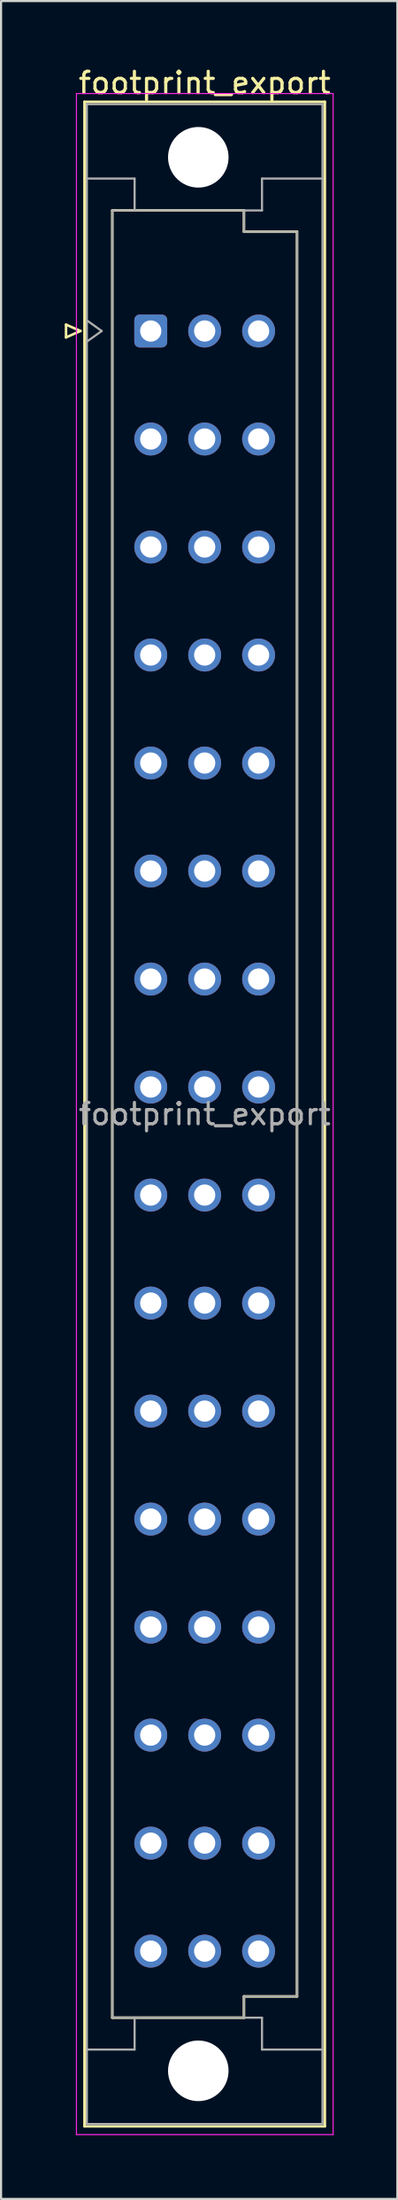
<source format=kicad_pcb>
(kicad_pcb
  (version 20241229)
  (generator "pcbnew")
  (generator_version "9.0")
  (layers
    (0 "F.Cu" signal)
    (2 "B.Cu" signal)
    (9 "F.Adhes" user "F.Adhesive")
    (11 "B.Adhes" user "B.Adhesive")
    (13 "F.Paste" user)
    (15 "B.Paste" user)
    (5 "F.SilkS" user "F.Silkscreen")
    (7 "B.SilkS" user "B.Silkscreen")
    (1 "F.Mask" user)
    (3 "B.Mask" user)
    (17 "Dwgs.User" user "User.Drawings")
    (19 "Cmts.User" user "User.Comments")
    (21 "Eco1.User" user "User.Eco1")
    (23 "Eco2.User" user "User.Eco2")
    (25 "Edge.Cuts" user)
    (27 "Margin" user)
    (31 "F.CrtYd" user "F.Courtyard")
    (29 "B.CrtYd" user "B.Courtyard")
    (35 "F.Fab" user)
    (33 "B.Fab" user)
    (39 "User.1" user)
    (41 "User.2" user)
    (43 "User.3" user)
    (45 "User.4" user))
  (footprint "footprint_export"
    (layer "F.Cu")
    (at 4.05 9.978)
    (property "Reference" "footprint_export" (at 2.54 -9.13 0) (layer "F.SilkS") (effects (font (size 1 1) (thickness 0.15))))
    (attr through_hole)
    (fp_line (start -3.99 2.24) (end -3.99 2.84) (stroke (width 0.12) (type solid)) (layer "F.SilkS"))
    (fp_line (start -3.99 2.84) (end -3.31 2.54) (stroke (width 0.12) (type solid)) (layer "F.SilkS"))
    (fp_line (start -3.31 2.54) (end -3.99 2.24) (stroke (width 0.12) (type solid)) (layer "F.SilkS"))
    (fp_line (start -3.12 -8.24) (end 8.2 -8.24) (stroke (width 0.12) (type solid)) (layer "F.SilkS"))
    (fp_line (start -3.12 86.98) (end -3.12 -8.24) (stroke (width 0.12) (type solid)) (layer "F.SilkS"))
    (fp_line (start -1.81 -3.131) (end 4.39 -3.131) (stroke (width 0.12) (type solid)) (layer "F.SilkS"))
    (fp_line (start -1.81 81.87) (end -1.81 -3.131) (stroke (width 0.12) (type solid)) (layer "F.SilkS"))
    (fp_line (start 4.39 -3.131) (end 4.39 -2.131) (stroke (width 0.12) (type solid)) (layer "F.SilkS"))
    (fp_line (start 4.39 -2.131) (end 6.89 -2.131) (stroke (width 0.12) (type solid)) (layer "F.SilkS"))
    (fp_line (start 4.39 80.87) (end 4.39 81.87) (stroke (width 0.12) (type solid)) (layer "F.SilkS"))
    (fp_line (start 4.39 81.87) (end -1.81 81.87) (stroke (width 0.12) (type solid)) (layer "F.SilkS"))
    (fp_line (start 6.89 -2.131) (end 6.89 80.87) (stroke (width 0.12) (type solid)) (layer "F.SilkS"))
    (fp_line (start 6.89 80.87) (end 4.39 80.87) (stroke (width 0.12) (type solid)) (layer "F.SilkS"))
    (fp_line (start 8.2 -8.24) (end 8.2 86.98) (stroke (width 0.12) (type solid)) (layer "F.SilkS"))
    (fp_line (start 8.2 86.98) (end -3.12 86.98) (stroke (width 0.12) (type solid)) (layer "F.SilkS"))
    (fp_line (start -3.5 -8.63) (end 8.59 -8.63) (stroke (width 0.05) (type solid)) (layer "F.CrtYd"))
    (fp_line (start -3.5 87.37) (end -3.5 -8.63) (stroke (width 0.05) (type solid)) (layer "F.CrtYd"))
    (fp_line (start 8.59 -8.63) (end 8.59 87.37) (stroke (width 0.05) (type solid)) (layer "F.CrtYd"))
    (fp_line (start 8.59 87.37) (end -3.5 87.37) (stroke (width 0.05) (type solid)) (layer "F.CrtYd"))
    (fp_line (start -3.01 -8.13) (end 8.09 -8.13) (stroke (width 0.1) (type solid)) (layer "F.Fab"))
    (fp_line (start -3.01 -4.63) (end -0.76 -4.63) (stroke (width 0.1) (type solid)) (layer "F.Fab"))
    (fp_line (start -3.01 2.04) (end -2.31 2.54) (stroke (width 0.1) (type solid)) (layer "F.Fab"))
    (fp_line (start -3.01 83.37) (end -0.76 83.37) (stroke (width 0.1) (type solid)) (layer "F.Fab"))
    (fp_line (start -3.01 86.87) (end -3.01 -8.13) (stroke (width 0.1) (type solid)) (layer "F.Fab"))
    (fp_line (start -2.31 2.54) (end -3.01 3.04) (stroke (width 0.1) (type solid)) (layer "F.Fab"))
    (fp_line (start -1.81 -3.13) (end 4.39 -3.13) (stroke (width 0.1) (type solid)) (layer "F.Fab"))
    (fp_line (start -1.81 81.87) (end -1.81 -3.13) (stroke (width 0.1) (type solid)) (layer "F.Fab"))
    (fp_line (start -0.76 -4.63) (end -0.76 -3.13) (stroke (width 0.1) (type solid)) (layer "F.Fab"))
    (fp_line (start -0.76 83.37) (end -0.76 81.87) (stroke (width 0.1) (type solid)) (layer "F.Fab"))
    (fp_line (start 4.39 -3.13) (end 4.39 -2.13) (stroke (width 0.1) (type solid)) (layer "F.Fab"))
    (fp_line (start 4.39 -3.13) (end 5.24 -3.13) (stroke (width 0.1) (type solid)) (layer "F.Fab"))
    (fp_line (start 4.39 -2.13) (end 6.89 -2.13) (stroke (width 0.1) (type solid)) (layer "F.Fab"))
    (fp_line (start 4.39 80.87) (end 4.39 81.87) (stroke (width 0.1) (type solid)) (layer "F.Fab"))
    (fp_line (start 4.39 81.87) (end -1.81 81.87) (stroke (width 0.1) (type solid)) (layer "F.Fab"))
    (fp_line (start 4.39 81.87) (end 5.24 81.87) (stroke (width 0.1) (type solid)) (layer "F.Fab"))
    (fp_line (start 5.24 -4.63) (end 8.09 -4.63) (stroke (width 0.1) (type solid)) (layer "F.Fab"))
    (fp_line (start 5.24 -3.13) (end 5.24 -4.63) (stroke (width 0.1) (type solid)) (layer "F.Fab"))
    (fp_line (start 5.24 81.87) (end 5.24 83.37) (stroke (width 0.1) (type solid)) (layer "F.Fab"))
    (fp_line (start 5.24 83.37) (end 8.09 83.37) (stroke (width 0.1) (type solid)) (layer "F.Fab"))
    (fp_line (start 6.89 -2.13) (end 6.89 80.87) (stroke (width 0.1) (type solid)) (layer "F.Fab"))
    (fp_line (start 6.89 80.87) (end 4.39 80.87) (stroke (width 0.1) (type solid)) (layer "F.Fab"))
    (fp_line (start 8.09 -8.13) (end 8.09 86.87) (stroke (width 0.1) (type solid)) (layer "F.Fab"))
    (fp_line (start 8.09 86.87) (end -3.01 86.87) (stroke (width 0.1) (type solid)) (layer "F.Fab"))
    (fp_text user "${REFERENCE}" (at 2.54 39.37 0) (layer "F.Fab") (effects (font (size 1 1) (thickness 0.15))))
    (pad "" np_thru_hole circle (at 2.24 -5.63) (size 2.85 2.85) (drill 2.85) (layers "*.Cu" "*.Mask"))
    (pad "" np_thru_hole circle (at 2.24 84.37) (size 2.85 2.85) (drill 2.85) (layers "*.Cu" "*.Mask"))
    (pad "a2" thru_hole roundrect (at 0 2.54) (size 1.55 1.55) (drill 1) (layers "*.Cu" "*.Mask") (roundrect_rratio 0.161))
    (pad "a4" thru_hole circle (at 0 7.62) (size 1.55 1.55) (drill 1) (layers "*.Cu" "*.Mask"))
    (pad "a6" thru_hole circle (at 0 12.7) (size 1.55 1.55) (drill 1) (layers "*.Cu" "*.Mask"))
    (pad "a8" thru_hole circle (at 0 17.78) (size 1.55 1.55) (drill 1) (layers "*.Cu" "*.Mask"))
    (pad "a10" thru_hole circle (at 0 22.86) (size 1.55 1.55) (drill 1) (layers "*.Cu" "*.Mask"))
    (pad "a12" thru_hole circle (at 0 27.94) (size 1.55 1.55) (drill 1) (layers "*.Cu" "*.Mask"))
    (pad "a14" thru_hole circle (at 0 33.02) (size 1.55 1.55) (drill 1) (layers "*.Cu" "*.Mask"))
    (pad "a16" thru_hole circle (at 0 38.1) (size 1.55 1.55) (drill 1) (layers "*.Cu" "*.Mask"))
    (pad "a18" thru_hole circle (at 0 43.18) (size 1.55 1.55) (drill 1) (layers "*.Cu" "*.Mask"))
    (pad "a20" thru_hole circle (at 0 48.26) (size 1.55 1.55) (drill 1) (layers "*.Cu" "*.Mask"))
    (pad "a22" thru_hole circle (at 0 53.34) (size 1.55 1.55) (drill 1) (layers "*.Cu" "*.Mask"))
    (pad "a24" thru_hole circle (at 0 58.42) (size 1.55 1.55) (drill 1) (layers "*.Cu" "*.Mask"))
    (pad "a26" thru_hole circle (at 0 63.5) (size 1.55 1.55) (drill 1) (layers "*.Cu" "*.Mask"))
    (pad "a28" thru_hole circle (at 0 68.58) (size 1.55 1.55) (drill 1) (layers "*.Cu" "*.Mask"))
    (pad "a30" thru_hole circle (at 0 73.66) (size 1.55 1.55) (drill 1) (layers "*.Cu" "*.Mask"))
    (pad "a32" thru_hole circle (at 0 78.74) (size 1.55 1.55) (drill 1) (layers "*.Cu" "*.Mask"))
    (pad "b2" thru_hole circle (at 2.54 2.54) (size 1.55 1.55) (drill 1) (layers "*.Cu" "*.Mask"))
    (pad "b4" thru_hole circle (at 2.54 7.62) (size 1.55 1.55) (drill 1) (layers "*.Cu" "*.Mask"))
    (pad "b6" thru_hole circle (at 2.54 12.7) (size 1.55 1.55) (drill 1) (layers "*.Cu" "*.Mask"))
    (pad "b8" thru_hole circle (at 2.54 17.78) (size 1.55 1.55) (drill 1) (layers "*.Cu" "*.Mask"))
    (pad "b10" thru_hole circle (at 2.54 22.86) (size 1.55 1.55) (drill 1) (layers "*.Cu" "*.Mask"))
    (pad "b12" thru_hole circle (at 2.54 27.94) (size 1.55 1.55) (drill 1) (layers "*.Cu" "*.Mask"))
    (pad "b14" thru_hole circle (at 2.54 33.02) (size 1.55 1.55) (drill 1) (layers "*.Cu" "*.Mask"))
    (pad "b16" thru_hole circle (at 2.54 38.1) (size 1.55 1.55) (drill 1) (layers "*.Cu" "*.Mask"))
    (pad "b18" thru_hole circle (at 2.54 43.18) (size 1.55 1.55) (drill 1) (layers "*.Cu" "*.Mask"))
    (pad "b20" thru_hole circle (at 2.54 48.26) (size 1.55 1.55) (drill 1) (layers "*.Cu" "*.Mask"))
    (pad "b22" thru_hole circle (at 2.54 53.34) (size 1.55 1.55) (drill 1) (layers "*.Cu" "*.Mask"))
    (pad "b24" thru_hole circle (at 2.54 58.42) (size 1.55 1.55) (drill 1) (layers "*.Cu" "*.Mask"))
    (pad "b26" thru_hole circle (at 2.54 63.5) (size 1.55 1.55) (drill 1) (layers "*.Cu" "*.Mask"))
    (pad "b28" thru_hole circle (at 2.54 68.58) (size 1.55 1.55) (drill 1) (layers "*.Cu" "*.Mask"))
    (pad "b30" thru_hole circle (at 2.54 73.66) (size 1.55 1.55) (drill 1) (layers "*.Cu" "*.Mask"))
    (pad "b32" thru_hole circle (at 2.54 78.74) (size 1.55 1.55) (drill 1) (layers "*.Cu" "*.Mask"))
    (pad "c2" thru_hole circle (at 5.08 2.54) (size 1.55 1.55) (drill 1) (layers "*.Cu" "*.Mask"))
    (pad "c4" thru_hole circle (at 5.08 7.62) (size 1.55 1.55) (drill 1) (layers "*.Cu" "*.Mask"))
    (pad "c6" thru_hole circle (at 5.08 12.7) (size 1.55 1.55) (drill 1) (layers "*.Cu" "*.Mask"))
    (pad "c8" thru_hole circle (at 5.08 17.78) (size 1.55 1.55) (drill 1) (layers "*.Cu" "*.Mask"))
    (pad "c10" thru_hole circle (at 5.08 22.86) (size 1.55 1.55) (drill 1) (layers "*.Cu" "*.Mask"))
    (pad "c12" thru_hole circle (at 5.08 27.94) (size 1.55 1.55) (drill 1) (layers "*.Cu" "*.Mask"))
    (pad "c14" thru_hole circle (at 5.08 33.02) (size 1.55 1.55) (drill 1) (layers "*.Cu" "*.Mask"))
    (pad "c16" thru_hole circle (at 5.08 38.1) (size 1.55 1.55) (drill 1) (layers "*.Cu" "*.Mask"))
    (pad "c18" thru_hole circle (at 5.08 43.18) (size 1.55 1.55) (drill 1) (layers "*.Cu" "*.Mask"))
    (pad "c20" thru_hole circle (at 5.08 48.26) (size 1.55 1.55) (drill 1) (layers "*.Cu" "*.Mask"))
    (pad "c22" thru_hole circle (at 5.08 53.34) (size 1.55 1.55) (drill 1) (layers "*.Cu" "*.Mask"))
    (pad "c24" thru_hole circle (at 5.08 58.42) (size 1.55 1.55) (drill 1) (layers "*.Cu" "*.Mask"))
    (pad "c26" thru_hole circle (at 5.08 63.5) (size 1.55 1.55) (drill 1) (layers "*.Cu" "*.Mask"))
    (pad "c28" thru_hole circle (at 5.08 68.58) (size 1.55 1.55) (drill 1) (layers "*.Cu" "*.Mask"))
    (pad "c30" thru_hole circle (at 5.08 73.66) (size 1.55 1.55) (drill 1) (layers "*.Cu" "*.Mask"))
    (pad "c32" thru_hole circle (at 5.08 78.74) (size 1.55 1.55) (drill 1) (layers "*.Cu" "*.Mask")))
  (gr_rect
    (start -3 -3)
    (end 15.665 100.373)
    (stroke (width 0.1) (type default))
    (fill no)
    (layer "Edge.Cuts")))
</source>
